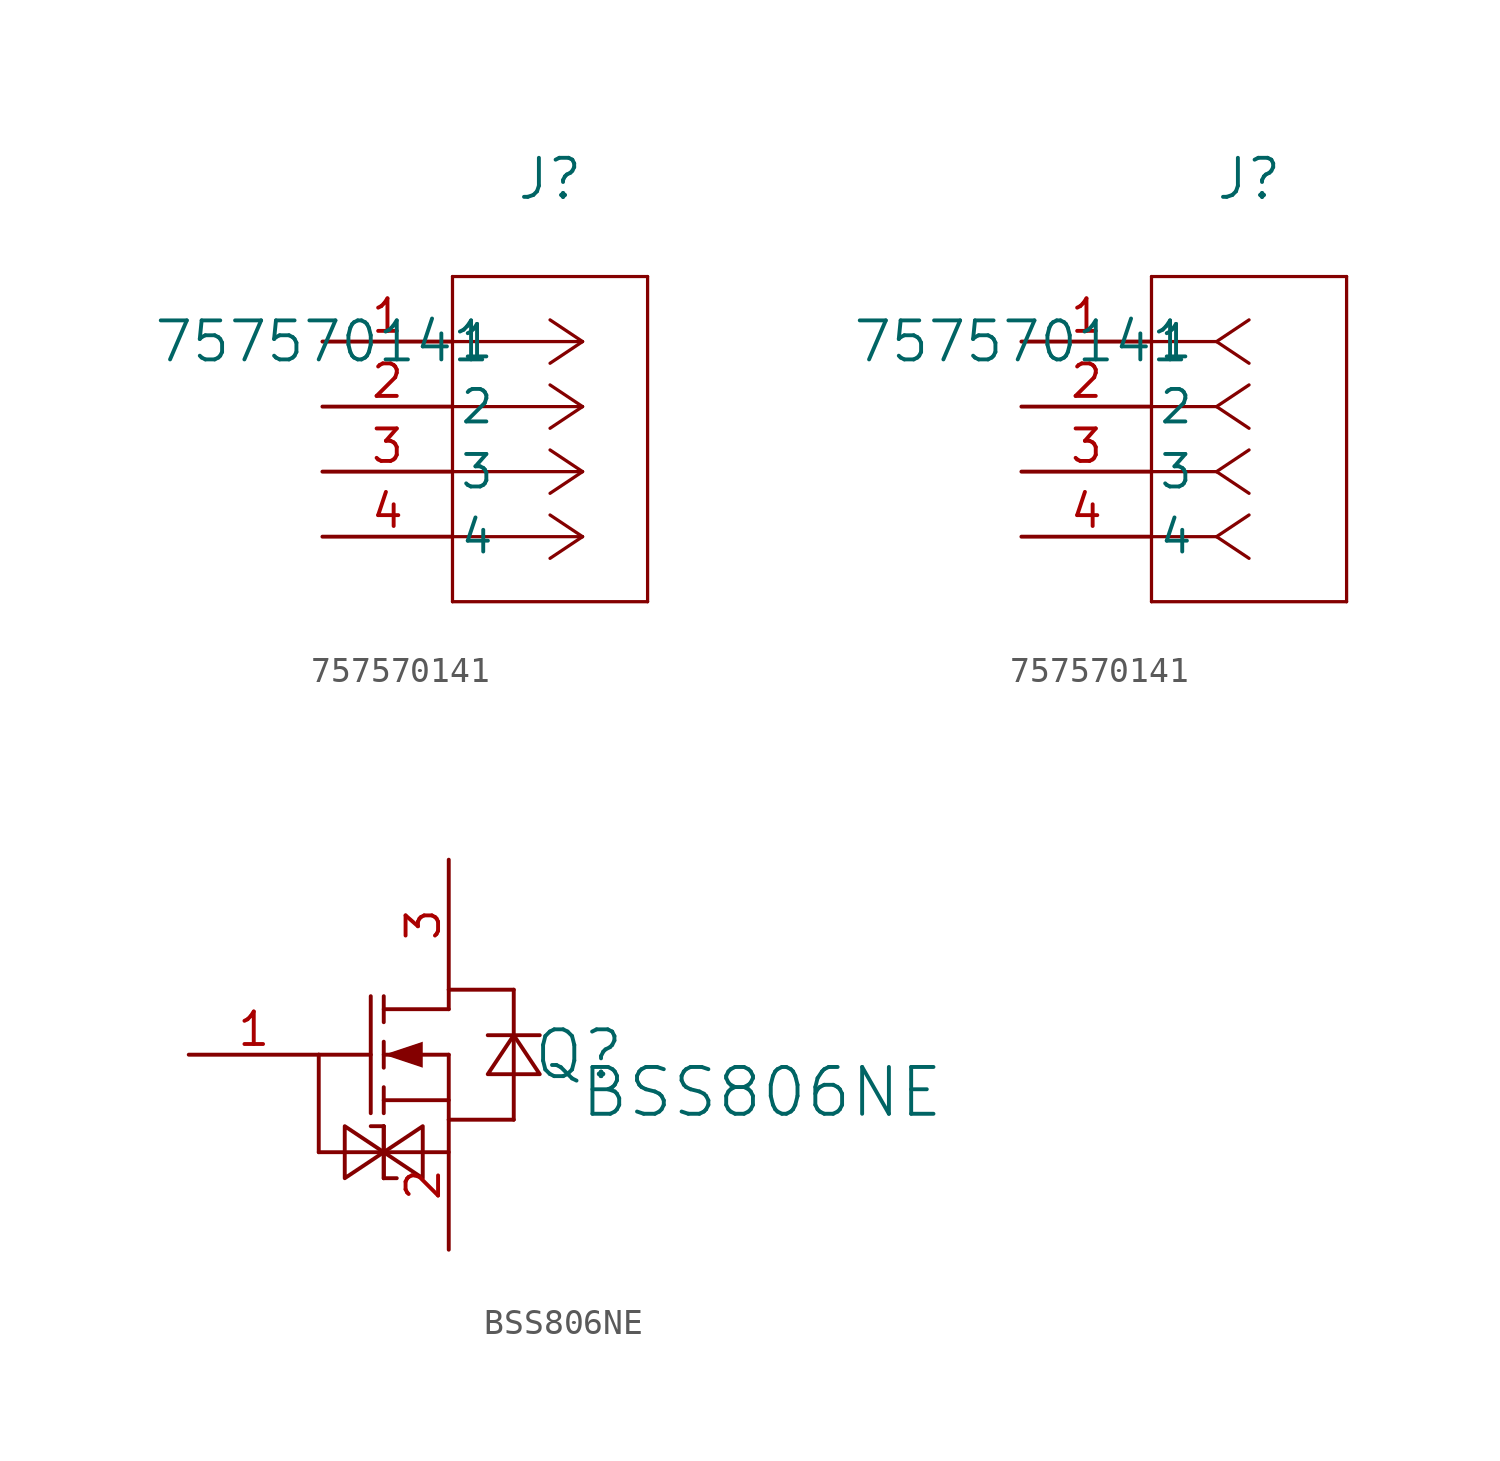
<source format=kicad_sym>
(kicad_symbol_lib
  (version 20241209)
  (generator "kicad_symbol_editor")
  (generator_version "9.0")
  (symbol "757570141"
    (pin_names
      (offset 0.254))
    (property "Reference" "J"
      (at 8.89 6.35 0)
      (effects (font (size 1.524 1.524))))
    (property "Value" "757570141"
      (at 0 0 0)
      (effects (font (size 1.524 1.524))))
    (property "ki_locked" ""
      (at 0 0 0)
      (effects (font (size 1.27 1.27))))
    (symbol "757570141_1_1"
      (polyline (pts (xy 5.08 2.54) (xy 5.08 -10.16)) (stroke (width 0.127) (type default)) (fill (type none)))
      (polyline (pts (xy 5.08 -10.16) (xy 12.7 -10.16)) (stroke (width 0.127) (type default)) (fill (type none)))
      (polyline (pts (xy 10.16 0) (xy 5.08 0)) (stroke (width 0.127) (type default)) (fill (type none)))
      (polyline (pts (xy 10.16 0) (xy 8.89 0.847)) (stroke (width 0.127) (type default)) (fill (type none)))
      (polyline (pts (xy 10.16 0) (xy 8.89 -0.847)) (stroke (width 0.127) (type default)) (fill (type none)))
      (polyline (pts (xy 10.16 -2.54) (xy 5.08 -2.54)) (stroke (width 0.127) (type default)) (fill (type none)))
      (polyline (pts (xy 10.16 -2.54) (xy 8.89 -1.693)) (stroke (width 0.127) (type default)) (fill (type none)))
      (polyline (pts (xy 10.16 -2.54) (xy 8.89 -3.387)) (stroke (width 0.127) (type default)) (fill (type none)))
      (polyline (pts (xy 10.16 -5.08) (xy 5.08 -5.08)) (stroke (width 0.127) (type default)) (fill (type none)))
      (polyline (pts (xy 10.16 -5.08) (xy 8.89 -4.233)) (stroke (width 0.127) (type default)) (fill (type none)))
      (polyline (pts (xy 10.16 -5.08) (xy 8.89 -5.927)) (stroke (width 0.127) (type default)) (fill (type none)))
      (polyline (pts (xy 10.16 -7.62) (xy 5.08 -7.62)) (stroke (width 0.127) (type default)) (fill (type none)))
      (polyline (pts (xy 10.16 -7.62) (xy 8.89 -6.773)) (stroke (width 0.127) (type default)) (fill (type none)))
      (polyline (pts (xy 10.16 -7.62) (xy 8.89 -8.467)) (stroke (width 0.127) (type default)) (fill (type none)))
      (polyline (pts (xy 12.7 2.54) (xy 5.08 2.54)) (stroke (width 0.127) (type default)) (fill (type none)))
      (polyline (pts (xy 12.7 -10.16) (xy 12.7 2.54)) (stroke (width 0.127) (type default)) (fill (type none)))
      (pin unspecified line (at 0 0 0) (length 5.08) (name "1" (effects (font (size 1.27 1.27)))) (number "1" (effects (font (size 1.27 1.27)))))
      (pin unspecified line (at 0 -2.54 0) (length 5.08) (name "2" (effects (font (size 1.27 1.27)))) (number "2" (effects (font (size 1.27 1.27)))))
      (pin unspecified line (at 0 -5.08 0) (length 5.08) (name "3" (effects (font (size 1.27 1.27)))) (number "3" (effects (font (size 1.27 1.27)))))
      (pin unspecified line (at 0 -7.62 0) (length 5.08) (name "4" (effects (font (size 1.27 1.27)))) (number "4" (effects (font (size 1.27 1.27))))))
    (symbol "757570141_1_2"
      (polyline (pts (xy 5.08 2.54) (xy 5.08 -10.16)) (stroke (width 0.127) (type default)) (fill (type none)))
      (polyline (pts (xy 5.08 -10.16) (xy 12.7 -10.16)) (stroke (width 0.127) (type default)) (fill (type none)))
      (polyline (pts (xy 7.62 0) (xy 5.08 0)) (stroke (width 0.127) (type default)) (fill (type none)))
      (polyline (pts (xy 7.62 0) (xy 8.89 0.847)) (stroke (width 0.127) (type default)) (fill (type none)))
      (polyline (pts (xy 7.62 0) (xy 8.89 -0.847)) (stroke (width 0.127) (type default)) (fill (type none)))
      (polyline (pts (xy 7.62 -2.54) (xy 5.08 -2.54)) (stroke (width 0.127) (type default)) (fill (type none)))
      (polyline (pts (xy 7.62 -2.54) (xy 8.89 -1.693)) (stroke (width 0.127) (type default)) (fill (type none)))
      (polyline (pts (xy 7.62 -2.54) (xy 8.89 -3.387)) (stroke (width 0.127) (type default)) (fill (type none)))
      (polyline (pts (xy 7.62 -5.08) (xy 5.08 -5.08)) (stroke (width 0.127) (type default)) (fill (type none)))
      (polyline (pts (xy 7.62 -5.08) (xy 8.89 -4.233)) (stroke (width 0.127) (type default)) (fill (type none)))
      (polyline (pts (xy 7.62 -5.08) (xy 8.89 -5.927)) (stroke (width 0.127) (type default)) (fill (type none)))
      (polyline (pts (xy 7.62 -7.62) (xy 5.08 -7.62)) (stroke (width 0.127) (type default)) (fill (type none)))
      (polyline (pts (xy 7.62 -7.62) (xy 8.89 -6.773)) (stroke (width 0.127) (type default)) (fill (type none)))
      (polyline (pts (xy 7.62 -7.62) (xy 8.89 -8.467)) (stroke (width 0.127) (type default)) (fill (type none)))
      (polyline (pts (xy 12.7 2.54) (xy 5.08 2.54)) (stroke (width 0.127) (type default)) (fill (type none)))
      (polyline (pts (xy 12.7 -10.16) (xy 12.7 2.54)) (stroke (width 0.127) (type default)) (fill (type none)))
      (pin unspecified line (at 0 0 0) (length 5.08) (name "1" (effects (font (size 1.27 1.27)))) (number "1" (effects (font (size 1.27 1.27)))))
      (pin unspecified line (at 0 -2.54 0) (length 5.08) (name "2" (effects (font (size 1.27 1.27)))) (number "2" (effects (font (size 1.27 1.27)))))
      (pin unspecified line (at 0 -5.08 0) (length 5.08) (name "3" (effects (font (size 1.27 1.27)))) (number "3" (effects (font (size 1.27 1.27)))))
      (pin unspecified line (at 0 -7.62 0) (length 5.08) (name "4" (effects (font (size 1.27 1.27)))) (number "4" (effects (font (size 1.27 1.27)))))))
  (symbol "BSS806NE"
    (pin_names
      (hide yes))
    (property "Reference" "Q"
      (at 10.16 -2.54 0)
      (effects (font (size 1.829 1.829))))
    (property "Value" "BSS806NE"
      (at 10.16 -5.08 0)
      (effects (font (size 1.829 1.829)) (justify left bottom)))
    (symbol "BSS806NE_1_0"
      (polyline (pts (xy 0 -2.54) (xy 2.032 -2.54)) (stroke (width 0) (type solid)) (fill (type none)))
      (polyline (pts (xy 0 -6.35) (xy 0 -2.54)) (stroke (width 0) (type solid)) (fill (type none)))
      (polyline (pts (xy 0 -6.35) (xy 5.08 -6.35)) (stroke (width 0) (type solid)) (fill (type none)))
      (polyline (pts (xy 2.032 -0.254) (xy 2.032 -4.826)) (stroke (width 0) (type solid)) (fill (type none)))
      (polyline (pts (xy 2.54 -0.254) (xy 2.54 -1.27)) (stroke (width 0) (type solid)) (fill (type none)))
      (polyline (pts (xy 2.54 -2.54) (xy 4.064 -3.048) (xy 4.064 -2.032) (xy 2.54 -2.54)) (stroke (width -0.0001) (type solid)) (fill (type outline)))
      (polyline (pts (xy 2.54 -3.048) (xy 2.54 -2.032)) (stroke (width 0) (type solid)) (fill (type none)))
      (polyline (pts (xy 2.54 -4.826) (xy 2.54 -3.81)) (stroke (width 0) (type solid)) (fill (type none)))
      (polyline (pts (xy 2.54 -5.334) (xy 2.032 -5.334)) (stroke (width 0) (type solid)) (fill (type none)))
      (polyline (pts (xy 2.54 -6.35) (xy 1.016 -7.366) (xy 1.016 -5.334) (xy 2.54 -6.35) (xy 2.54 -6.35)) (stroke (width 0) (type solid)) (fill (type none)))
      (polyline (pts (xy 2.54 -6.35) (xy 4.064 -5.334) (xy 4.064 -7.366) (xy 2.54 -6.35) (xy 2.54 -6.35)) (stroke (width 0) (type solid)) (fill (type none)))
      (polyline (pts (xy 2.54 -7.366) (xy 2.54 -5.334)) (stroke (width 0) (type solid)) (fill (type none)))
      (polyline (pts (xy 2.54 -7.366) (xy 2.54 -5.334)) (stroke (width 0) (type solid)) (fill (type none)))
      (polyline (pts (xy 3.048 -7.366) (xy 2.54 -7.366)) (stroke (width 0) (type solid)) (fill (type none)))
      (polyline (pts (xy 5.08 0) (xy 7.62 0)) (stroke (width 0) (type solid)) (fill (type none)))
      (polyline (pts (xy 5.08 -0.762) (xy 2.54 -0.762)) (stroke (width 0) (type solid)) (fill (type none)))
      (polyline (pts (xy 5.08 -0.762) (xy 5.08 0)) (stroke (width 0) (type solid)) (fill (type none)))
      (polyline (pts (xy 5.08 -2.54) (xy 2.54 -2.54)) (stroke (width 0) (type solid)) (fill (type none)))
      (polyline (pts (xy 5.08 -2.54) (xy 5.08 -5.08)) (stroke (width 0) (type solid)) (fill (type none)))
      (polyline (pts (xy 5.08 -4.318) (xy 2.54 -4.318)) (stroke (width 0) (type solid)) (fill (type none)))
      (polyline (pts (xy 5.08 -5.08) (xy 7.62 -5.08)) (stroke (width 0) (type solid)) (fill (type none)))
      (polyline (pts (xy 6.604 -1.778) (xy 8.636 -1.778)) (stroke (width 0) (type solid)) (fill (type none)))
      (polyline (pts (xy 7.62 0) (xy 7.62 -5.08)) (stroke (width 0) (type solid)) (fill (type none)))
      (polyline (pts (xy 7.62 -1.778) (xy 6.604 -3.302) (xy 8.636 -3.302) (xy 7.62 -1.778) (xy 7.62 -1.778)) (stroke (width 0) (type solid)) (fill (type none)))
      (pin passive line (at -5.08 -2.54 0) (length 5.08) (name "GATE" (effects (font (size 1.27 1.27)))) (number "1" (effects (font (size 1.27 1.27)))))
      (pin passive line (at 5.08 5.08 270) (length 5.08) (name "DRAIN" (effects (font (size 1.27 1.27)))) (number "3" (effects (font (size 1.27 1.27)))))
      (pin passive line (at 5.08 -10.16 90) (length 5.08) (name "SOURCE" (effects (font (size 1.27 1.27)))) (number "2" (effects (font (size 1.27 1.27))))))))
</source>
